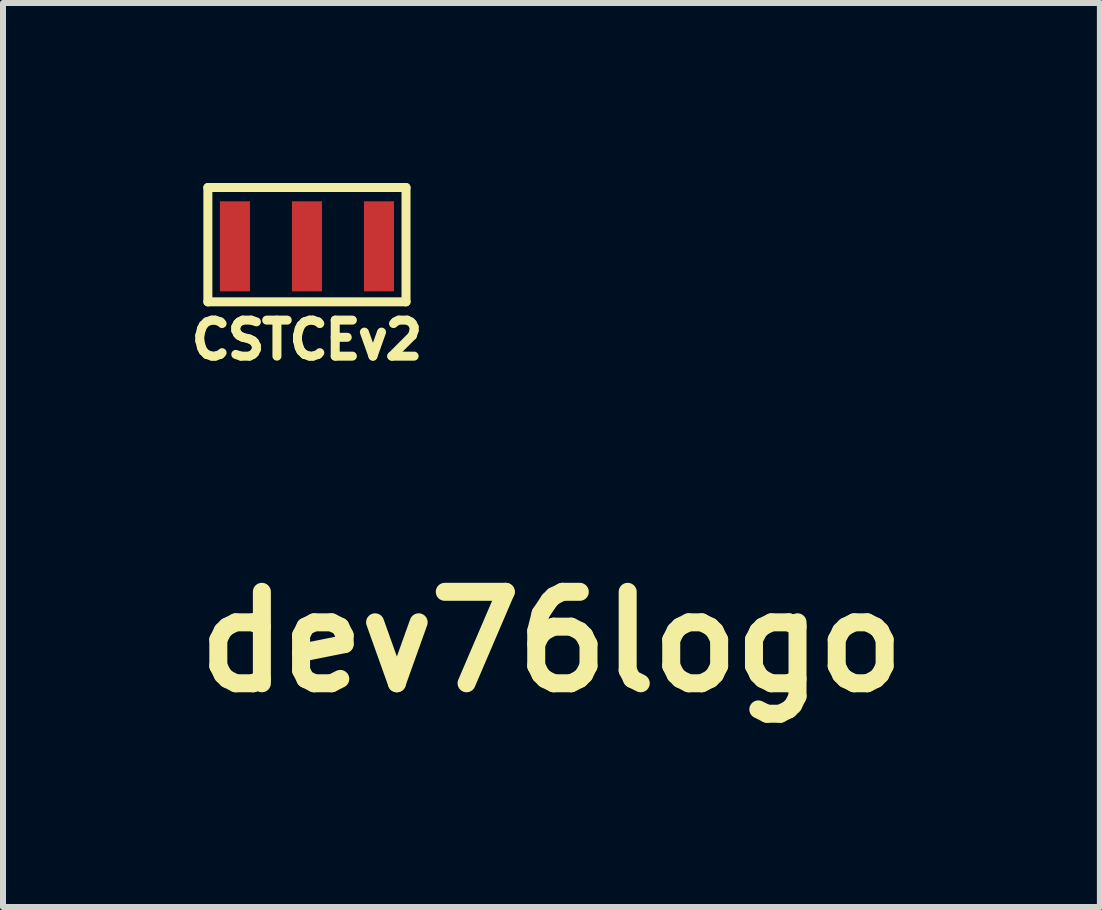
<source format=kicad_pcb>
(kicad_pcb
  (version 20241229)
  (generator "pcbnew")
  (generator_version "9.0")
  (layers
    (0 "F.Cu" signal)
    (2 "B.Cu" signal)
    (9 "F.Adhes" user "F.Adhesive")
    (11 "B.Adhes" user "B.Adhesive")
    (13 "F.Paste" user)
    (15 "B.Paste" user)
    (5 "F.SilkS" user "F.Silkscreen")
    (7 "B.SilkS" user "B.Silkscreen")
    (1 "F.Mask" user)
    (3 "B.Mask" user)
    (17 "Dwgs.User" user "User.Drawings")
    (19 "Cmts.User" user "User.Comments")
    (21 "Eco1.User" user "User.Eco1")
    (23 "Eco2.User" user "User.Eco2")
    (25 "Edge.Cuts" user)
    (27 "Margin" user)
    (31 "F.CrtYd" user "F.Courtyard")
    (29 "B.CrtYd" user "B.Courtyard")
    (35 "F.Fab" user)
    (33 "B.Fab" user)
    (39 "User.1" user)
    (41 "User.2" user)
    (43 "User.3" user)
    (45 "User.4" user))
  (footprint "dev76logo"
    (layer "F.Cu")
    (at 6.14 7.647)
    (property "Reference" "dev76logo" (at 0 0 0) (layer "F.SilkS") (effects (font (size 1.524 1.524) (thickness 0.3))))
    (attr through_hole)
    (fp_poly (pts (xy -1.556 1.238) (xy -1.894 1.238) (xy -1.959 1.237) (xy -2.021 1.237) (xy -2.079 1.236) (xy -2.131 1.236) (xy -2.176 1.235) (xy -2.212 1.234) (xy -2.239 1.233) (xy -2.255 1.232) (xy -2.259 1.232) (xy -2.299 1.218) (xy -2.333 1.195) (xy -2.36 1.161) (xy -2.366 1.149) (xy -2.368 1.145) (xy -2.37 1.14) (xy -2.371 1.133) (xy -2.373 1.124) (xy -2.374 1.112) (xy -2.375 1.095) (xy -2.376 1.074) (xy -2.376 1.047) (xy -2.377 1.014) (xy -2.378 0.974) (xy -2.378 0.926) (xy -2.378 0.87) (xy -2.379 0.804) (xy -2.379 0.728) (xy -2.379 0.642) (xy -2.38 0.544) (xy -2.38 0.493) (xy -2.38 0.385) (xy -2.38 0.29) (xy -2.381 0.206) (xy -2.381 0.132) (xy -2.381 0.102) (xy -2.013 0.102) (xy -2.013 0.857) (xy -1.924 0.857) (xy -1.924 0.102) (xy -2.013 0.102) (xy -2.381 0.102) (xy -2.38 0.068) (xy -2.38 0.013) (xy -2.379 -0.034) (xy -2.379 -0.073) (xy -2.377 -0.106) (xy -2.375 -0.133) (xy -2.373 -0.155) (xy -2.37 -0.172) (xy -2.367 -0.186) (xy -2.363 -0.196) (xy -2.359 -0.205) (xy -2.353 -0.212) (xy -2.347 -0.219) (xy -2.34 -0.225) (xy -2.333 -0.232) (xy -2.319 -0.246) (xy -2.305 -0.256) (xy -2.289 -0.264) (xy -2.27 -0.27) (xy -2.246 -0.274) (xy -2.215 -0.277) (xy -2.176 -0.279) (xy -2.127 -0.279) (xy -2.082 -0.279) (xy -1.924 -0.279) (xy -1.924 -0.66) (xy -1.556 -0.66) (xy -1.556 1.238)) (stroke (width 0.01) (type solid)) (fill yes) (layer "F.Mask"))
    (fp_poly (pts (xy 1.483 -1.183) (xy 1.481 -1.171) (xy 1.478 -1.147) (xy 1.473 -1.112) (xy 1.466 -1.066) (xy 1.458 -1.01) (xy 1.449 -0.945) (xy 1.439 -0.871) (xy 1.427 -0.79) (xy 1.414 -0.701) (xy 1.401 -0.605) (xy 1.386 -0.503) (xy 1.371 -0.396) (xy 1.355 -0.284) (xy 1.339 -0.168) (xy 1.322 -0.049) (xy 1.308 0.052) (xy 1.14 1.232) (xy 0.897 1.232) (xy 0.835 1.232) (xy 0.785 1.232) (xy 0.745 1.232) (xy 0.714 1.231) (xy 0.691 1.231) (xy 0.675 1.23) (xy 0.664 1.228) (xy 0.658 1.226) (xy 0.655 1.224) (xy 0.654 1.221) (xy 0.654 1.219) (xy 0.655 1.211) (xy 0.657 1.191) (xy 0.662 1.161) (xy 0.667 1.119) (xy 0.674 1.068) (xy 0.682 1.008) (xy 0.692 0.939) (xy 0.702 0.863) (xy 0.714 0.779) (xy 0.726 0.689) (xy 0.74 0.593) (xy 0.754 0.493) (xy 0.768 0.388) (xy 0.783 0.279) (xy 0.791 0.227) (xy 0.806 0.117) (xy 0.821 0.01) (xy 0.835 -0.092) (xy 0.849 -0.19) (xy 0.862 -0.283) (xy 0.873 -0.369) (xy 0.885 -0.449) (xy 0.894 -0.521) (xy 0.903 -0.585) (xy 0.911 -0.64) (xy 0.917 -0.685) (xy 0.922 -0.721) (xy 0.925 -0.745) (xy 0.927 -0.758) (xy 0.927 -0.76) (xy 0.925 -0.762) (xy 0.919 -0.763) (xy 0.907 -0.765) (xy 0.89 -0.766) (xy 0.864 -0.767) (xy 0.831 -0.767) (xy 0.789 -0.768) (xy 0.737 -0.768) (xy 0.674 -0.768) (xy 0.61 -0.768) (xy 0.538 -0.768) (xy 0.478 -0.768) (xy 0.428 -0.769) (xy 0.388 -0.769) (xy 0.357 -0.769) (xy 0.334 -0.77) (xy 0.316 -0.771) (xy 0.305 -0.772) (xy 0.298 -0.774) (xy 0.294 -0.776) (xy 0.292 -0.778) (xy 0.292 -0.779) (xy 0.293 -0.788) (xy 0.295 -0.808) (xy 0.298 -0.837) (xy 0.302 -0.875) (xy 0.306 -0.919) (xy 0.312 -0.968) (xy 0.316 -1.013) (xy 0.34 -1.235) (xy 0.915 -1.237) (xy 1.49 -1.238) (xy 1.483 -1.183)) (stroke (width 0.01) (type solid)) (fill yes) (layer "F.Mask"))
    (fp_poly (pts (xy -0.626 -0.643) (xy -0.624 -0.633) (xy -0.621 -0.613) (xy -0.617 -0.585) (xy -0.612 -0.55) (xy -0.606 -0.511) (xy -0.6 -0.47) (xy -0.593 -0.428) (xy -0.588 -0.388) (xy -0.582 -0.351) (xy -0.577 -0.319) (xy -0.574 -0.295) (xy -0.572 -0.28) (xy -0.572 -0.276) (xy -0.578 -0.275) (xy -0.595 -0.275) (xy -0.622 -0.274) (xy -0.656 -0.274) (xy -0.698 -0.273) (xy -0.744 -0.273) (xy -0.759 -0.273) (xy -0.946 -0.273) (xy -0.946 0.083) (xy -0.521 0.083) (xy -0.518 0.103) (xy -0.516 0.114) (xy -0.513 0.134) (xy -0.509 0.163) (xy -0.504 0.197) (xy -0.498 0.235) (xy -0.493 0.275) (xy -0.487 0.314) (xy -0.482 0.351) (xy -0.477 0.384) (xy -0.473 0.41) (xy -0.471 0.428) (xy -0.47 0.436) (xy -0.47 0.436) (xy -0.476 0.437) (xy -0.493 0.437) (xy -0.518 0.438) (xy -0.55 0.438) (xy -0.579 0.438) (xy -0.623 0.438) (xy -0.675 0.439) (xy -0.73 0.44) (xy -0.783 0.441) (xy -0.818 0.442) (xy -0.946 0.447) (xy -0.946 0.857) (xy -0.414 0.857) (xy -0.41 0.875) (xy -0.408 0.888) (xy -0.404 0.91) (xy -0.399 0.94) (xy -0.394 0.975) (xy -0.388 1.014) (xy -0.382 1.055) (xy -0.376 1.096) (xy -0.37 1.134) (xy -0.365 1.169) (xy -0.361 1.197) (xy -0.358 1.217) (xy -0.357 1.228) (xy -0.357 1.229) (xy -0.364 1.229) (xy -0.382 1.23) (xy -0.411 1.23) (xy -0.449 1.231) (xy -0.495 1.231) (xy -0.548 1.231) (xy -0.607 1.232) (xy -0.671 1.232) (xy -0.738 1.233) (xy -0.808 1.233) (xy -0.88 1.233) (xy -0.952 1.233) (xy -1.023 1.234) (xy -1.092 1.234) (xy -1.157 1.234) (xy -1.219 1.234) (xy -1.275 1.234) (xy -1.325 1.234) (xy -1.367 1.234) (xy -1.4 1.234) (xy -1.424 1.233) (xy -1.436 1.233) (xy -1.438 1.233) (xy -1.439 1.226) (xy -1.439 1.208) (xy -1.439 1.178) (xy -1.44 1.137) (xy -1.44 1.087) (xy -1.44 1.027) (xy -1.44 0.959) (xy -1.441 0.883) (xy -1.441 0.801) (xy -1.441 0.711) (xy -1.441 0.616) (xy -1.441 0.516) (xy -1.441 0.412) (xy -1.441 0.304) (xy -1.441 -0.652) (xy -1.259 -0.656) (xy -1.206 -0.657) (xy -1.143 -0.658) (xy -1.074 -0.659) (xy -1.003 -0.66) (xy -0.933 -0.66) (xy -0.868 -0.66) (xy -0.854 -0.66) (xy -0.63 -0.66) (xy -0.626 -0.643)) (stroke (width 0.01) (type solid)) (fill yes) (layer "F.Mask"))
    (fp_poly (pts (xy -0.37 -1.238) (xy -0.309 -1.238) (xy -0.253 -1.238) (xy -0.204 -1.237) (xy -0.161 -1.236) (xy -0.128 -1.236) (xy -0.104 -1.235) (xy -0.091 -1.234) (xy -0.089 -1.233) (xy -0.088 -1.222) (xy -0.085 -1.198) (xy -0.081 -1.163) (xy -0.075 -1.117) (xy -0.068 -1.061) (xy -0.059 -0.995) (xy -0.048 -0.919) (xy -0.037 -0.834) (xy -0.024 -0.741) (xy -0.01 -0.64) (xy 0.005 -0.532) (xy 0.022 -0.417) (xy 0.022 -0.413) (xy 0.04 -0.286) (xy 0.056 -0.171) (xy 0.071 -0.067) (xy 0.084 0.027) (xy 0.095 0.111) (xy 0.105 0.187) (xy 0.114 0.255) (xy 0.122 0.316) (xy 0.129 0.37) (xy 0.135 0.42) (xy 0.14 0.464) (xy 0.142 0.48) (xy 0.147 0.519) (xy 0.151 0.554) (xy 0.155 0.582) (xy 0.158 0.602) (xy 0.159 0.612) (xy 0.16 0.613) (xy 0.161 0.607) (xy 0.163 0.591) (xy 0.165 0.565) (xy 0.168 0.532) (xy 0.171 0.493) (xy 0.174 0.458) (xy 0.183 0.328) (xy 0.194 0.193) (xy 0.207 0.051) (xy 0.22 -0.1) (xy 0.235 -0.261) (xy 0.245 -0.357) (xy 0.25 -0.417) (xy 0.256 -0.472) (xy 0.261 -0.522) (xy 0.265 -0.566) (xy 0.268 -0.602) (xy 0.271 -0.629) (xy 0.273 -0.646) (xy 0.273 -0.651) (xy 0.279 -0.652) (xy 0.297 -0.652) (xy 0.324 -0.653) (xy 0.361 -0.653) (xy 0.404 -0.654) (xy 0.454 -0.654) (xy 0.508 -0.654) (xy 0.534 -0.654) (xy 0.795 -0.654) (xy 0.791 -0.633) (xy 0.79 -0.625) (xy 0.787 -0.604) (xy 0.783 -0.573) (xy 0.778 -0.531) (xy 0.771 -0.479) (xy 0.762 -0.418) (xy 0.753 -0.349) (xy 0.743 -0.272) (xy 0.732 -0.189) (xy 0.72 -0.099) (xy 0.708 -0.004) (xy 0.694 0.095) (xy 0.681 0.199) (xy 0.667 0.305) (xy 0.653 0.411) (xy 0.639 0.515) (xy 0.626 0.614) (xy 0.613 0.708) (xy 0.602 0.797) (xy 0.591 0.879) (xy 0.581 0.955) (xy 0.571 1.023) (xy 0.563 1.082) (xy 0.557 1.133) (xy 0.551 1.174) (xy 0.547 1.204) (xy 0.544 1.223) (xy 0.543 1.23) (xy 0.543 1.23) (xy 0.54 1.232) (xy 0.531 1.234) (xy 0.516 1.235) (xy 0.494 1.236) (xy 0.464 1.237) (xy 0.425 1.237) (xy 0.377 1.238) (xy 0.318 1.238) (xy 0.249 1.238) (xy 0.168 1.238) (xy 0.101 1.238) (xy 0.038 1.238) (xy -0.021 1.238) (xy -0.073 1.238) (xy -0.118 1.238) (xy -0.155 1.237) (xy -0.182 1.237) (xy -0.199 1.237) (xy -0.204 1.237) (xy -0.205 1.23) (xy -0.208 1.212) (xy -0.212 1.183) (xy -0.219 1.143) (xy -0.227 1.093) (xy -0.237 1.034) (xy -0.248 0.966) (xy -0.26 0.891) (xy -0.274 0.808) (xy -0.289 0.718) (xy -0.304 0.623) (xy -0.321 0.522) (xy -0.338 0.417) (xy -0.356 0.308) (xy -0.371 0.219) (xy -0.537 -0.797) (xy -0.73 -0.8) (xy -0.733 -0.821) (xy -0.735 -0.835) (xy -0.739 -0.859) (xy -0.743 -0.891) (xy -0.747 -0.93) (xy -0.753 -0.972) (xy -0.758 -1.016) (xy -0.763 -1.061) (xy -0.768 -1.103) (xy -0.773 -1.142) (xy -0.776 -1.176) (xy -0.779 -1.202) (xy -0.781 -1.218) (xy -0.781 -1.223) (xy -0.781 -1.238) (xy -0.435 -1.238) (xy -0.37 -1.238)) (stroke (width 0.01) (type solid)) (fill yes) (layer "F.Mask"))
    (fp_poly (pts (xy 2.148 -0.628) (xy 2.188 -0.628) (xy 2.219 -0.627) (xy 2.244 -0.626) (xy 2.263 -0.625) (xy 2.277 -0.623) (xy 2.289 -0.621) (xy 2.296 -0.619) (xy 2.333 -0.603) (xy 2.361 -0.577) (xy 2.381 -0.541) (xy 2.392 -0.498) (xy 2.394 -0.461) (xy 2.393 -0.448) (xy 2.39 -0.424) (xy 2.387 -0.393) (xy 2.381 -0.355) (xy 2.376 -0.313) (xy 2.369 -0.269) (xy 2.363 -0.224) (xy 2.356 -0.181) (xy 2.35 -0.14) (xy 2.344 -0.105) (xy 2.339 -0.077) (xy 2.335 -0.058) (xy 2.333 -0.049) (xy 2.326 -0.048) (xy 2.308 -0.047) (xy 2.28 -0.046) (xy 2.245 -0.045) (xy 2.203 -0.045) (xy 2.156 -0.044) (xy 2.136 -0.044) (xy 1.941 -0.044) (xy 1.945 -0.073) (xy 1.949 -0.099) (xy 1.953 -0.126) (xy 1.954 -0.13) (xy 1.958 -0.159) (xy 1.864 -0.156) (xy 1.85 -0.064) (xy 1.845 -0.029) (xy 1.84 0.003) (xy 1.835 0.028) (xy 1.833 0.045) (xy 1.832 0.049) (xy 1.828 0.069) (xy 2.002 0.071) (xy 2.055 0.072) (xy 2.096 0.073) (xy 2.129 0.074) (xy 2.153 0.075) (xy 2.171 0.077) (xy 2.184 0.079) (xy 2.195 0.082) (xy 2.2 0.084) (xy 2.233 0.104) (xy 2.256 0.128) (xy 2.268 0.151) (xy 2.273 0.163) (xy 2.277 0.175) (xy 2.28 0.187) (xy 2.282 0.202) (xy 2.283 0.22) (xy 2.283 0.241) (xy 2.281 0.267) (xy 2.277 0.3) (xy 2.272 0.339) (xy 2.266 0.386) (xy 2.258 0.441) (xy 2.248 0.507) (xy 2.236 0.583) (xy 2.226 0.645) (xy 2.215 0.714) (xy 2.204 0.782) (xy 2.193 0.845) (xy 2.184 0.903) (xy 2.175 0.955) (xy 2.167 0.999) (xy 2.16 1.034) (xy 2.155 1.059) (xy 2.152 1.073) (xy 2.152 1.073) (xy 2.13 1.125) (xy 2.102 1.167) (xy 2.064 1.2) (xy 2.022 1.224) (xy 2.016 1.226) (xy 2.007 1.229) (xy 1.996 1.23) (xy 1.982 1.232) (xy 1.962 1.233) (xy 1.936 1.234) (xy 1.903 1.235) (xy 1.861 1.235) (xy 1.81 1.236) (xy 1.748 1.236) (xy 1.705 1.236) (xy 1.645 1.236) (xy 1.588 1.236) (xy 1.535 1.236) (xy 1.489 1.235) (xy 1.451 1.235) (xy 1.421 1.234) (xy 1.401 1.233) (xy 1.394 1.232) (xy 1.354 1.217) (xy 1.322 1.192) (xy 1.3 1.158) (xy 1.286 1.116) (xy 1.283 1.074) (xy 1.284 1.063) (xy 1.287 1.04) (xy 1.291 1.007) (xy 1.297 0.965) (xy 1.305 0.913) (xy 1.314 0.854) (xy 1.324 0.788) (xy 1.328 0.761) (xy 1.721 0.761) (xy 1.724 0.765) (xy 1.736 0.767) (xy 1.758 0.767) (xy 1.767 0.767) (xy 1.813 0.765) (xy 1.832 0.641) (xy 1.852 0.518) (xy 1.808 0.516) (xy 1.785 0.515) (xy 1.769 0.515) (xy 1.761 0.516) (xy 1.761 0.516) (xy 1.759 0.523) (xy 1.756 0.54) (xy 1.752 0.565) (xy 1.747 0.595) (xy 1.741 0.628) (xy 1.736 0.662) (xy 1.73 0.694) (xy 1.726 0.723) (xy 1.723 0.745) (xy 1.721 0.759) (xy 1.721 0.761) (xy 1.328 0.761) (xy 1.335 0.717) (xy 1.346 0.64) (xy 1.359 0.56) (xy 1.371 0.477) (xy 1.385 0.392) (xy 1.398 0.307) (xy 1.412 0.221) (xy 1.425 0.136) (xy 1.438 0.053) (xy 1.451 -0.027) (xy 1.463 -0.102) (xy 1.474 -0.173) (xy 1.485 -0.238) (xy 1.495 -0.297) (xy 1.503 -0.347) (xy 1.51 -0.389) (xy 1.516 -0.421) (xy 1.52 -0.442) (xy 1.522 -0.451) (xy 1.542 -0.502) (xy 1.569 -0.547) (xy 1.603 -0.583) (xy 1.643 -0.609) (xy 1.646 -0.611) (xy 1.654 -0.614) (xy 1.662 -0.617) (xy 1.671 -0.619) (xy 1.682 -0.621) (xy 1.696 -0.623) (xy 1.715 -0.624) (xy 1.74 -0.625) (xy 1.772 -0.626) (xy 1.812 -0.626) (xy 1.862 -0.627) (xy 1.922 -0.627) (xy 1.971 -0.627) (xy 2.041 -0.628) (xy 2.1 -0.628) (xy 2.148 -0.628)) (stroke (width 0.01) (type solid)) (fill yes) (layer "F.Mask")))
  (footprint "CSTCEv2"
    (layer "F.Cu")
    (at 2.065 1.091)
    (property "Reference" "CSTCEv2" (at 0 1.524 0) (layer "F.SilkS") (effects (font (size 0.6 0.6) (thickness 0.15))))
    (attr through_hole)
    (fp_line (start -1.651 -1.016) (end -1.651 0.889) (stroke (width 0.15) (type solid)) (layer "F.SilkS"))
    (fp_line (start -1.651 0.889) (end 1.651 0.889) (stroke (width 0.15) (type solid)) (layer "F.SilkS"))
    (fp_line (start 1.651 -1.016) (end -1.651 -1.016) (stroke (width 0.15) (type solid)) (layer "F.SilkS"))
    (fp_line (start 1.651 0.889) (end 1.651 -1.016) (stroke (width 0.15) (type solid)) (layer "F.SilkS"))
    (pad "1" smd rect (at -1.2 -0.036) (size 0.5 1.5) (layers "F.Cu" "F.Mask" "F.Paste"))
    (pad "2" smd rect (at 1.2 -0.036) (size 0.5 1.5) (layers "F.Cu" "F.Mask" "F.Paste"))
    (pad "3" smd rect (at 0 -0.036) (size 0.5 1.5) (layers "F.Cu" "F.Mask" "F.Paste")))
  (gr_rect
    (start -3 -3)
    (end 15.279 12.065)
    (stroke (width 0.1) (type default))
    (fill no)
    (layer "Edge.Cuts")))
</source>
